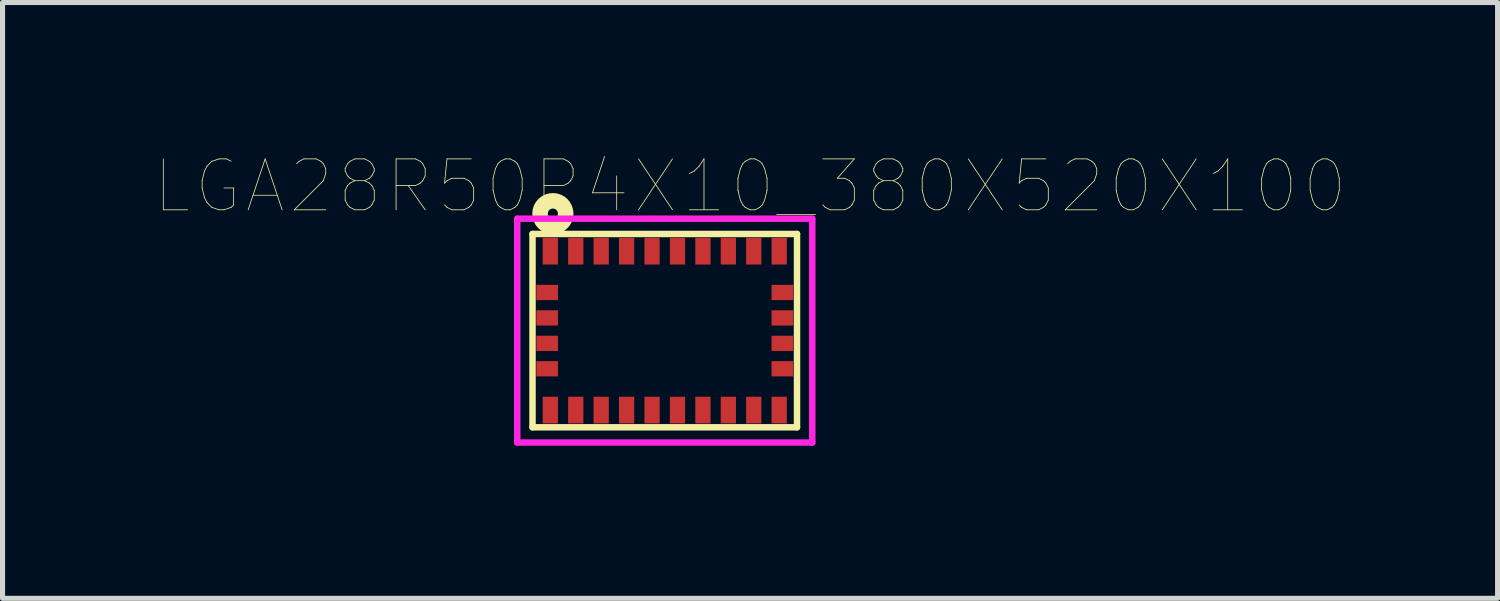
<source format=kicad_pcb>
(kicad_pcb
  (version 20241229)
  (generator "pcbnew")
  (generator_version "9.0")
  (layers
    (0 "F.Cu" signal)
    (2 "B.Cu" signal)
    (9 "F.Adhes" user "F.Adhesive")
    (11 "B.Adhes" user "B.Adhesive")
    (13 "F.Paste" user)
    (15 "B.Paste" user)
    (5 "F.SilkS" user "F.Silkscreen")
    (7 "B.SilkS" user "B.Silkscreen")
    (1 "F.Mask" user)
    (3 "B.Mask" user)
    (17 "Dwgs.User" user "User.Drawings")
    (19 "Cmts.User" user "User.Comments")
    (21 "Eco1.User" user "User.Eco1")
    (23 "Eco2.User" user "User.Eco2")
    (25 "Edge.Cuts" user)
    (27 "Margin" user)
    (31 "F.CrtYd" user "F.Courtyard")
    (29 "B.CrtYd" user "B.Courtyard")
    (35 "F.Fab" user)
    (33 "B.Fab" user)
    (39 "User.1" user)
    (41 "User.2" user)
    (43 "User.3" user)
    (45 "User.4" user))
  (footprint "LGA28R50P4X10_380X520X100"
    (layer "F.Cu")
    (at 10.019 3.45)
    (property "Reference" "LGA28R50P4X10_380X520X100" (at 1.677 -2.838 0) (layer "F.SilkS") (effects (font (size 1.001 1.001) (thickness 0.015))))
    (attr through_hole)
    (fp_line (start -2.6 -1.9) (end -2.6 1.9) (stroke (width 0.127) (type solid)) (layer "F.SilkS"))
    (fp_line (start -2.6 1.9) (end 2.6 1.9) (stroke (width 0.127) (type solid)) (layer "F.SilkS"))
    (fp_line (start 2.6 -1.9) (end -2.6 -1.9) (stroke (width 0.127) (type solid)) (layer "F.SilkS"))
    (fp_line (start 2.6 1.9) (end 2.6 -1.9) (stroke (width 0.127) (type solid)) (layer "F.SilkS"))
    (fp_circle (center -2.2 -2.3) (end -2.1 -2.3) (stroke (width 0.305) (type solid)) (fill no) (layer "F.SilkS"))
    (fp_line (start -2.9 -2.2) (end 2.9 -2.2) (stroke (width 0.127) (type solid)) (layer "F.CrtYd"))
    (fp_line (start -2.9 2.2) (end -2.9 -2.2) (stroke (width 0.127) (type solid)) (layer "F.CrtYd"))
    (fp_line (start 2.9 -2.2) (end 2.9 2.2) (stroke (width 0.127) (type solid)) (layer "F.CrtYd"))
    (fp_line (start 2.9 2.2) (end -2.9 2.2) (stroke (width 0.127) (type solid)) (layer "F.CrtYd"))
    (pad "1" smd rect (at -2.25 -1.562) (size 0.3 0.525) (layers "F.Cu" "F.Mask" "F.Paste"))
    (pad "2" smd rect (at -2.312 -0.75) (size 0.425 0.3) (layers "F.Cu" "F.Mask" "F.Paste"))
    (pad "3" smd rect (at -2.312 -0.25) (size 0.425 0.3) (layers "F.Cu" "F.Mask" "F.Paste"))
    (pad "4" smd rect (at -2.312 0.25) (size 0.425 0.3) (layers "F.Cu" "F.Mask" "F.Paste"))
    (pad "5" smd rect (at -2.312 0.75) (size 0.425 0.3) (layers "F.Cu" "F.Mask" "F.Paste"))
    (pad "6" smd rect (at -2.25 1.562) (size 0.3 0.525) (layers "F.Cu" "F.Mask" "F.Paste"))
    (pad "7" smd rect (at -1.75 1.562) (size 0.3 0.525) (layers "F.Cu" "F.Mask" "F.Paste"))
    (pad "8" smd rect (at -1.25 1.562) (size 0.3 0.525) (layers "F.Cu" "F.Mask" "F.Paste"))
    (pad "9" smd rect (at -0.75 1.562) (size 0.3 0.525) (layers "F.Cu" "F.Mask" "F.Paste"))
    (pad "10" smd rect (at -0.25 1.562) (size 0.3 0.525) (layers "F.Cu" "F.Mask" "F.Paste"))
    (pad "11" smd rect (at 0.25 1.562) (size 0.3 0.525) (layers "F.Cu" "F.Mask" "F.Paste"))
    (pad "12" smd rect (at 0.75 1.562) (size 0.3 0.525) (layers "F.Cu" "F.Mask" "F.Paste"))
    (pad "13" smd rect (at 1.25 1.562) (size 0.3 0.525) (layers "F.Cu" "F.Mask" "F.Paste"))
    (pad "14" smd rect (at 1.75 1.562) (size 0.3 0.525) (layers "F.Cu" "F.Mask" "F.Paste"))
    (pad "15" smd rect (at 2.25 1.562) (size 0.3 0.525) (layers "F.Cu" "F.Mask" "F.Paste"))
    (pad "16" smd rect (at 2.312 0.75) (size 0.425 0.3) (layers "F.Cu" "F.Mask" "F.Paste"))
    (pad "17" smd rect (at 2.312 0.25) (size 0.425 0.3) (layers "F.Cu" "F.Mask" "F.Paste"))
    (pad "18" smd rect (at 2.312 -0.25) (size 0.425 0.3) (layers "F.Cu" "F.Mask" "F.Paste"))
    (pad "19" smd rect (at 2.312 -0.75) (size 0.425 0.3) (layers "F.Cu" "F.Mask" "F.Paste"))
    (pad "20" smd rect (at 2.25 -1.562) (size 0.3 0.525) (layers "F.Cu" "F.Mask" "F.Paste"))
    (pad "21" smd rect (at 1.75 -1.562) (size 0.3 0.525) (layers "F.Cu" "F.Mask" "F.Paste"))
    (pad "22" smd rect (at 1.25 -1.562) (size 0.3 0.525) (layers "F.Cu" "F.Mask" "F.Paste"))
    (pad "23" smd rect (at 0.75 -1.562) (size 0.3 0.525) (layers "F.Cu" "F.Mask" "F.Paste"))
    (pad "24" smd rect (at 0.25 -1.562) (size 0.3 0.525) (layers "F.Cu" "F.Mask" "F.Paste"))
    (pad "25" smd rect (at -0.25 -1.562) (size 0.3 0.525) (layers "F.Cu" "F.Mask" "F.Paste"))
    (pad "26" smd rect (at -0.75 -1.562) (size 0.3 0.525) (layers "F.Cu" "F.Mask" "F.Paste"))
    (pad "27" smd rect (at -1.25 -1.562) (size 0.3 0.525) (layers "F.Cu" "F.Mask" "F.Paste"))
    (pad "28" smd rect (at -1.75 -1.562) (size 0.3 0.525) (layers "F.Cu" "F.Mask" "F.Paste")))
  (gr_rect
    (start -3 -3)
    (end 26.392 8.713)
    (stroke (width 0.1) (type default))
    (fill no)
    (layer "Edge.Cuts")))
</source>
